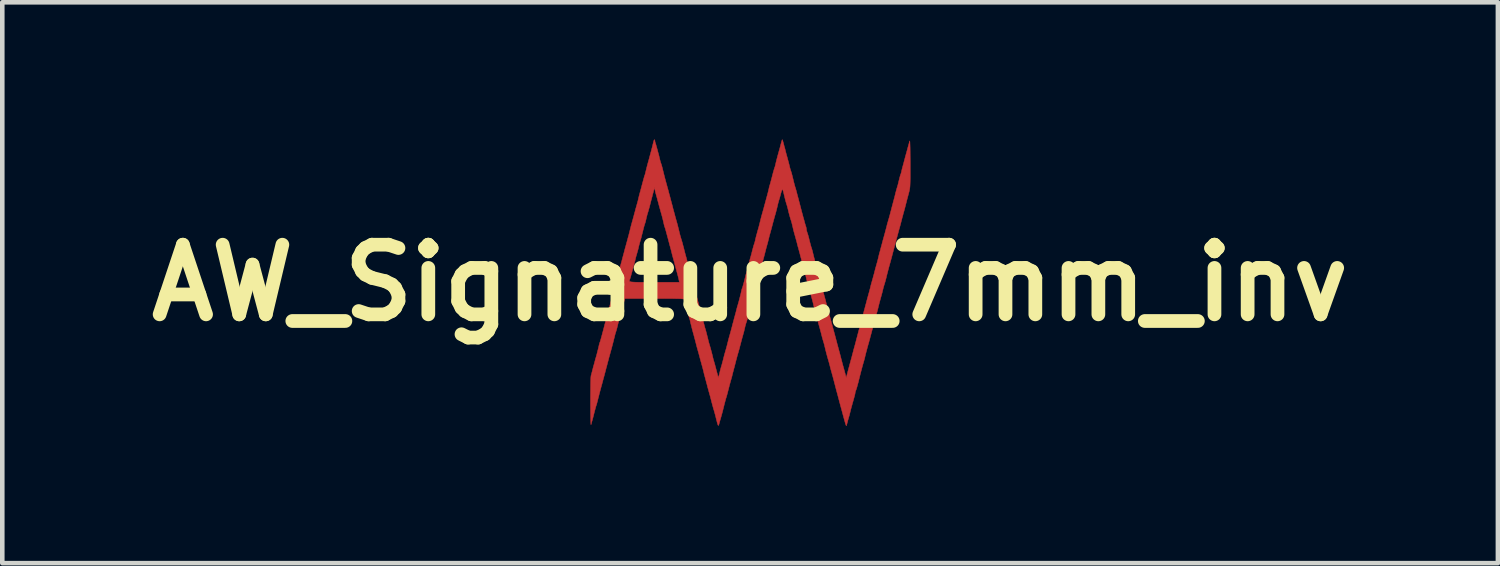
<source format=kicad_pcb>
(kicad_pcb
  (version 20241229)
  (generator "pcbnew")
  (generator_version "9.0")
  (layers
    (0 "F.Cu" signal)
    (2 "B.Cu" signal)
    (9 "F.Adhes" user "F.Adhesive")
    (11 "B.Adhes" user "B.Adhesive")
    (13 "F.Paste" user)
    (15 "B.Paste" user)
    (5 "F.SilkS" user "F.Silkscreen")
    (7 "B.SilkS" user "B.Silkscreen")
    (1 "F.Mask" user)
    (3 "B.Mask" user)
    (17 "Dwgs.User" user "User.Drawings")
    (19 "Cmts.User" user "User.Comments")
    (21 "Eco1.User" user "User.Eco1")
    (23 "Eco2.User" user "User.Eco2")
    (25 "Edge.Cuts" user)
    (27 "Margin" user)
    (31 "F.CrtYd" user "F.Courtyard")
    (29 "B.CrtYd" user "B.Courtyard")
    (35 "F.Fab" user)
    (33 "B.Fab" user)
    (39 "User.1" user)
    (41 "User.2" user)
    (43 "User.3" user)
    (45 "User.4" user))
  (footprint "AW_Signature_7mm_inv"
    (layer "F.Cu")
    (at 13.36 3.138)
    (property "Reference" "AW_Signature_7mm_inv" (at 0 0 0) (layer "F.SilkS") (effects (font (size 1.524 1.524) (thickness 0.3))))
    (attr through_hole)
    (fp_poly (pts (xy 0.709 -3.125) (xy 0.718 -3.098) (xy 0.724 -3.077) (xy 0.736 -3.032) (xy 0.747 -2.99) (xy 0.75 -2.978) (xy 0.76 -2.945) (xy 0.772 -2.898) (xy 0.78 -2.864) (xy 0.795 -2.807) (xy 0.812 -2.747) (xy 0.82 -2.718) (xy 0.834 -2.665) (xy 0.85 -2.605) (xy 0.86 -2.565) (xy 0.872 -2.514) (xy 0.886 -2.467) (xy 0.896 -2.438) (xy 0.906 -2.406) (xy 0.919 -2.357) (xy 0.933 -2.301) (xy 0.94 -2.273) (xy 0.954 -2.214) (xy 0.968 -2.159) (xy 0.98 -2.115) (xy 0.984 -2.102) (xy 0.999 -2.054) (xy 1.013 -2.005) (xy 1.014 -2) (xy 1.023 -1.965) (xy 1.036 -1.914) (xy 1.052 -1.856) (xy 1.059 -1.829) (xy 1.077 -1.761) (xy 1.096 -1.688) (xy 1.113 -1.622) (xy 1.117 -1.607) (xy 1.132 -1.549) (xy 1.148 -1.491) (xy 1.16 -1.445) (xy 1.161 -1.441) (xy 1.176 -1.39) (xy 1.19 -1.337) (xy 1.194 -1.321) (xy 1.206 -1.279) (xy 1.217 -1.243) (xy 1.221 -1.234) (xy 1.23 -1.198) (xy 1.232 -1.176) (xy 1.237 -1.144) (xy 1.248 -1.106) (xy 1.249 -1.103) (xy 1.26 -1.072) (xy 1.274 -1.024) (xy 1.289 -0.967) (xy 1.295 -0.94) (xy 1.31 -0.882) (xy 1.324 -0.828) (xy 1.336 -0.787) (xy 1.34 -0.775) (xy 1.353 -0.735) (xy 1.367 -0.686) (xy 1.371 -0.667) (xy 1.395 -0.568) (xy 1.417 -0.484) (xy 1.428 -0.445) (xy 1.442 -0.396) (xy 1.456 -0.347) (xy 1.459 -0.337) (xy 1.469 -0.299) (xy 1.483 -0.247) (xy 1.498 -0.193) (xy 1.499 -0.191) (xy 1.514 -0.136) (xy 1.527 -0.085) (xy 1.536 -0.046) (xy 1.537 -0.044) (xy 1.548 0.004) (xy 1.561 0.053) (xy 1.562 0.057) (xy 1.575 0.103) (xy 1.587 0.148) (xy 1.588 0.152) (xy 1.596 0.184) (xy 1.609 0.232) (xy 1.625 0.289) (xy 1.633 0.318) (xy 1.649 0.377) (xy 1.663 0.433) (xy 1.674 0.478) (xy 1.677 0.493) (xy 1.686 0.53) (xy 1.695 0.557) (xy 1.697 0.562) (xy 1.706 0.583) (xy 1.715 0.616) (xy 1.716 0.621) (xy 1.72 0.64) (xy 1.725 0.662) (xy 1.732 0.691) (xy 1.742 0.729) (xy 1.756 0.78) (xy 1.774 0.847) (xy 1.797 0.931) (xy 1.826 1.038) (xy 1.829 1.048) (xy 1.848 1.117) (xy 1.865 1.182) (xy 1.879 1.235) (xy 1.889 1.273) (xy 1.892 1.283) (xy 1.9 1.315) (xy 1.913 1.363) (xy 1.928 1.419) (xy 1.936 1.448) (xy 1.954 1.514) (xy 1.973 1.585) (xy 1.989 1.648) (xy 1.993 1.664) (xy 2.009 1.724) (xy 2.025 1.787) (xy 2.039 1.835) (xy 2.062 1.918) (xy 2.079 1.982) (xy 2.093 2.033) (xy 2.094 2.038) (xy 2.104 2.076) (xy 2.118 2.019) (xy 2.127 1.987) (xy 2.14 1.936) (xy 2.157 1.872) (xy 2.176 1.802) (xy 2.184 1.772) (xy 2.203 1.702) (xy 2.221 1.638) (xy 2.235 1.584) (xy 2.245 1.547) (xy 2.247 1.537) (xy 2.256 1.505) (xy 2.268 1.457) (xy 2.284 1.4) (xy 2.292 1.372) (xy 2.31 1.305) (xy 2.328 1.234) (xy 2.345 1.172) (xy 2.349 1.156) (xy 2.364 1.097) (xy 2.38 1.037) (xy 2.393 0.991) (xy 2.407 0.942) (xy 2.42 0.896) (xy 2.425 0.876) (xy 2.434 0.842) (xy 2.447 0.793) (xy 2.461 0.74) (xy 2.462 0.737) (xy 2.475 0.687) (xy 2.492 0.621) (xy 2.512 0.548) (xy 2.531 0.474) (xy 2.533 0.47) (xy 2.551 0.4) (xy 2.569 0.333) (xy 2.585 0.275) (xy 2.597 0.233) (xy 2.598 0.229) (xy 2.613 0.174) (xy 2.629 0.114) (xy 2.636 0.083) (xy 2.65 0.028) (xy 2.666 -0.029) (xy 2.674 -0.057) (xy 2.686 -0.099) (xy 2.701 -0.155) (xy 2.718 -0.216) (xy 2.724 -0.241) (xy 2.74 -0.303) (xy 2.757 -0.365) (xy 2.772 -0.417) (xy 2.776 -0.432) (xy 2.79 -0.482) (xy 2.802 -0.531) (xy 2.807 -0.552) (xy 2.818 -0.599) (xy 2.829 -0.644) (xy 2.83 -0.648) (xy 2.839 -0.678) (xy 2.852 -0.726) (xy 2.867 -0.784) (xy 2.882 -0.838) (xy 2.899 -0.903) (xy 2.916 -0.966) (xy 2.931 -1.018) (xy 2.939 -1.048) (xy 2.951 -1.091) (xy 2.966 -1.148) (xy 2.982 -1.208) (xy 2.985 -1.219) (xy 2.999 -1.277) (xy 3.015 -1.333) (xy 3.027 -1.377) (xy 3.03 -1.384) (xy 3.04 -1.419) (xy 3.055 -1.472) (xy 3.071 -1.534) (xy 3.087 -1.594) (xy 3.103 -1.657) (xy 3.119 -1.716) (xy 3.131 -1.763) (xy 3.139 -1.791) (xy 3.15 -1.834) (xy 3.163 -1.881) (xy 3.164 -1.886) (xy 3.182 -1.96) (xy 3.198 -2.021) (xy 3.215 -2.08) (xy 3.22 -2.095) (xy 3.234 -2.144) (xy 3.249 -2.205) (xy 3.263 -2.262) (xy 3.275 -2.31) (xy 3.286 -2.348) (xy 3.293 -2.371) (xy 3.294 -2.372) (xy 3.302 -2.393) (xy 3.311 -2.427) (xy 3.314 -2.441) (xy 3.325 -2.49) (xy 3.338 -2.539) (xy 3.34 -2.546) (xy 3.353 -2.592) (xy 3.365 -2.637) (xy 3.366 -2.642) (xy 3.373 -2.668) (xy 3.385 -2.714) (xy 3.401 -2.775) (xy 3.421 -2.846) (xy 3.442 -2.923) (xy 3.463 -3.001) (xy 3.484 -3.076) (xy 3.492 -3.105) (xy 3.494 -3.102) (xy 3.497 -3.075) (xy 3.499 -3.027) (xy 3.501 -2.959) (xy 3.502 -2.874) (xy 3.503 -2.773) (xy 3.504 -2.658) (xy 3.504 -2.616) (xy 3.504 -2.487) (xy 3.504 -2.38) (xy 3.504 -2.293) (xy 3.503 -2.222) (xy 3.501 -2.164) (xy 3.499 -2.117) (xy 3.495 -2.076) (xy 3.489 -2.04) (xy 3.482 -2.005) (xy 3.472 -1.967) (xy 3.461 -1.925) (xy 3.452 -1.892) (xy 3.443 -1.858) (xy 3.43 -1.809) (xy 3.417 -1.756) (xy 3.416 -1.753) (xy 3.401 -1.695) (xy 3.383 -1.625) (xy 3.364 -1.556) (xy 3.358 -1.537) (xy 3.343 -1.479) (xy 3.328 -1.426) (xy 3.318 -1.385) (xy 3.314 -1.372) (xy 3.307 -1.344) (xy 3.295 -1.297) (xy 3.279 -1.237) (xy 3.26 -1.169) (xy 3.251 -1.137) (xy 3.229 -1.055) (xy 3.205 -0.967) (xy 3.182 -0.882) (xy 3.163 -0.811) (xy 3.161 -0.8) (xy 3.137 -0.711) (xy 3.118 -0.64) (xy 3.103 -0.582) (xy 3.089 -0.53) (xy 3.075 -0.478) (xy 3.059 -0.421) (xy 3.055 -0.406) (xy 3.039 -0.349) (xy 3.025 -0.296) (xy 3.014 -0.255) (xy 3.011 -0.241) (xy 3.001 -0.205) (xy 2.989 -0.156) (xy 2.979 -0.114) (xy 2.965 -0.06) (xy 2.95 -0.007) (xy 2.94 0.025) (xy 2.926 0.071) (xy 2.911 0.126) (xy 2.903 0.159) (xy 2.889 0.217) (xy 2.872 0.28) (xy 2.863 0.311) (xy 2.844 0.381) (xy 2.83 0.432) (xy 2.82 0.471) (xy 2.811 0.505) (xy 2.806 0.527) (xy 2.795 0.573) (xy 2.783 0.618) (xy 2.782 0.622) (xy 2.759 0.705) (xy 2.735 0.796) (xy 2.709 0.889) (xy 2.684 0.981) (xy 2.661 1.067) (xy 2.641 1.142) (xy 2.625 1.201) (xy 2.616 1.238) (xy 2.606 1.272) (xy 2.594 1.318) (xy 2.585 1.346) (xy 2.565 1.419) (xy 2.545 1.494) (xy 2.527 1.562) (xy 2.515 1.613) (xy 2.506 1.651) (xy 2.493 1.7) (xy 2.485 1.727) (xy 2.466 1.792) (xy 2.443 1.877) (xy 2.417 1.975) (xy 2.39 2.082) (xy 2.368 2.172) (xy 2.352 2.231) (xy 2.337 2.286) (xy 2.323 2.329) (xy 2.317 2.347) (xy 2.304 2.381) (xy 2.299 2.407) (xy 2.299 2.409) (xy 2.297 2.424) (xy 2.291 2.452) (xy 2.28 2.494) (xy 2.264 2.553) (xy 2.241 2.633) (xy 2.23 2.673) (xy 2.215 2.727) (xy 2.2 2.784) (xy 2.196 2.8) (xy 2.185 2.846) (xy 2.174 2.888) (xy 2.171 2.902) (xy 2.16 2.937) (xy 2.147 2.983) (xy 2.141 3.004) (xy 2.129 3.049) (xy 2.118 3.091) (xy 2.114 3.105) (xy 2.109 3.123) (xy 2.104 3.126) (xy 2.097 3.111) (xy 2.085 3.075) (xy 2.081 3.061) (xy 2.069 3.018) (xy 2.052 2.958) (xy 2.033 2.888) (xy 2.013 2.813) (xy 2.006 2.788) (xy 1.983 2.703) (xy 1.958 2.61) (xy 1.934 2.519) (xy 1.913 2.44) (xy 1.911 2.432) (xy 1.891 2.36) (xy 1.872 2.287) (xy 1.855 2.221) (xy 1.842 2.172) (xy 1.827 2.113) (xy 1.811 2.053) (xy 1.798 2.007) (xy 1.783 1.952) (xy 1.766 1.892) (xy 1.758 1.861) (xy 1.744 1.804) (xy 1.731 1.755) (xy 1.716 1.703) (xy 1.697 1.638) (xy 1.678 1.569) (xy 1.656 1.484) (xy 1.634 1.393) (xy 1.626 1.359) (xy 1.614 1.316) (xy 1.602 1.276) (xy 1.593 1.246) (xy 1.58 1.2) (xy 1.566 1.146) (xy 1.562 1.13) (xy 1.548 1.075) (xy 1.534 1.024) (xy 1.524 0.986) (xy 1.522 0.979) (xy 1.509 0.934) (xy 1.493 0.874) (xy 1.475 0.808) (xy 1.46 0.744) (xy 1.448 0.692) (xy 1.447 0.688) (xy 1.438 0.651) (xy 1.43 0.625) (xy 1.427 0.62) (xy 1.417 0.595) (xy 1.405 0.55) (xy 1.39 0.49) (xy 1.384 0.464) (xy 1.373 0.417) (xy 1.361 0.372) (xy 1.36 0.368) (xy 1.352 0.339) (xy 1.339 0.292) (xy 1.323 0.233) (xy 1.306 0.167) (xy 1.303 0.156) (xy 1.286 0.093) (xy 1.271 0.039) (xy 1.26 -0.001) (xy 1.252 -0.022) (xy 1.252 -0.024) (xy 1.245 -0.043) (xy 1.236 -0.077) (xy 1.231 -0.098) (xy 1.213 -0.177) (xy 1.196 -0.246) (xy 1.176 -0.318) (xy 1.164 -0.356) (xy 1.149 -0.413) (xy 1.131 -0.48) (xy 1.113 -0.549) (xy 1.11 -0.559) (xy 1.093 -0.625) (xy 1.076 -0.687) (xy 1.063 -0.737) (xy 1.054 -0.77) (xy 1.052 -0.775) (xy 1.04 -0.82) (xy 1.029 -0.864) (xy 1.02 -0.901) (xy 1.006 -0.95) (xy 0.997 -0.984) (xy 0.977 -1.054) (xy 0.962 -1.108) (xy 0.949 -1.158) (xy 0.936 -1.214) (xy 0.926 -1.256) (xy 0.914 -1.306) (xy 0.903 -1.346) (xy 0.895 -1.371) (xy 0.894 -1.374) (xy 0.887 -1.392) (xy 0.877 -1.428) (xy 0.863 -1.477) (xy 0.848 -1.534) (xy 0.834 -1.592) (xy 0.826 -1.626) (xy 0.815 -1.669) (xy 0.803 -1.708) (xy 0.784 -1.77) (xy 0.763 -1.85) (xy 0.742 -1.937) (xy 0.729 -1.993) (xy 0.718 -2.028) (xy 0.708 -2.042) (xy 0.699 -2.034) (xy 0.687 -2.003) (xy 0.671 -1.949) (xy 0.659 -1.902) (xy 0.647 -1.858) (xy 0.634 -1.817) (xy 0.632 -1.81) (xy 0.62 -1.769) (xy 0.609 -1.727) (xy 0.594 -1.661) (xy 0.577 -1.593) (xy 0.561 -1.532) (xy 0.548 -1.486) (xy 0.544 -1.475) (xy 0.536 -1.445) (xy 0.523 -1.398) (xy 0.507 -1.34) (xy 0.494 -1.291) (xy 0.477 -1.226) (xy 0.46 -1.162) (xy 0.445 -1.107) (xy 0.437 -1.079) (xy 0.423 -1.03) (xy 0.411 -0.98) (xy 0.406 -0.959) (xy 0.395 -0.916) (xy 0.382 -0.865) (xy 0.374 -0.838) (xy 0.362 -0.794) (xy 0.346 -0.735) (xy 0.33 -0.672) (xy 0.324 -0.648) (xy 0.308 -0.587) (xy 0.292 -0.527) (xy 0.278 -0.478) (xy 0.274 -0.464) (xy 0.241 -0.344) (xy 0.215 -0.248) (xy 0.204 -0.206) (xy 0.187 -0.144) (xy 0.165 -0.062) (xy 0.153 -0.019) (xy 0.144 0.015) (xy 0.132 0.062) (xy 0.126 0.089) (xy 0.114 0.138) (xy 0.097 0.197) (xy 0.08 0.252) (xy 0.066 0.301) (xy 0.056 0.341) (xy 0.051 0.367) (xy 0.051 0.369) (xy 0.046 0.4) (xy 0.04 0.422) (xy 0.026 0.463) (xy 0.008 0.523) (xy -0.011 0.595) (xy -0.031 0.674) (xy -0.05 0.752) (xy -0.051 0.756) (xy -0.063 0.803) (xy -0.077 0.849) (xy -0.082 0.864) (xy -0.095 0.902) (xy -0.108 0.952) (xy -0.114 0.978) (xy -0.125 1.025) (xy -0.135 1.068) (xy -0.14 1.086) (xy -0.168 1.186) (xy -0.195 1.286) (xy -0.219 1.376) (xy -0.229 1.416) (xy -0.238 1.45) (xy -0.251 1.496) (xy -0.259 1.524) (xy -0.272 1.568) (xy -0.288 1.626) (xy -0.305 1.69) (xy -0.313 1.721) (xy -0.329 1.784) (xy -0.345 1.846) (xy -0.359 1.898) (xy -0.364 1.918) (xy -0.377 1.966) (xy -0.389 2.012) (xy -0.393 2.032) (xy -0.403 2.07) (xy -0.417 2.119) (xy -0.425 2.146) (xy -0.437 2.19) (xy -0.453 2.249) (xy -0.469 2.313) (xy -0.477 2.343) (xy -0.492 2.401) (xy -0.506 2.454) (xy -0.517 2.494) (xy -0.522 2.508) (xy -0.532 2.539) (xy -0.544 2.585) (xy -0.558 2.638) (xy -0.561 2.648) (xy -0.574 2.702) (xy -0.587 2.753) (xy -0.596 2.79) (xy -0.597 2.794) (xy -0.606 2.828) (xy -0.619 2.877) (xy -0.634 2.93) (xy -0.635 2.934) (xy -0.651 2.988) (xy -0.666 3.041) (xy -0.677 3.082) (xy -0.677 3.083) (xy -0.685 3.108) (xy -0.692 3.121) (xy -0.699 3.117) (xy -0.708 3.096) (xy -0.72 3.055) (xy -0.736 2.992) (xy -0.743 2.965) (xy -0.758 2.903) (xy -0.774 2.845) (xy -0.787 2.798) (xy -0.794 2.775) (xy -0.805 2.738) (xy -0.819 2.687) (xy -0.834 2.63) (xy -0.838 2.616) (xy -0.853 2.557) (xy -0.868 2.499) (xy -0.881 2.452) (xy -0.883 2.445) (xy -0.894 2.406) (xy -0.909 2.351) (xy -0.927 2.287) (xy -0.94 2.235) (xy -0.957 2.173) (xy -0.972 2.115) (xy -0.984 2.07) (xy -0.991 2.045) (xy -1.003 2.001) (xy -1.014 1.954) (xy -1.015 1.949) (xy -1.025 1.908) (xy -1.038 1.857) (xy -1.048 1.822) (xy -1.062 1.772) (xy -1.074 1.728) (xy -1.087 1.682) (xy -1.102 1.624) (xy -1.11 1.594) (xy -1.125 1.539) (xy -1.141 1.483) (xy -1.149 1.454) (xy -1.163 1.404) (xy -1.178 1.346) (xy -1.186 1.314) (xy -1.201 1.256) (xy -1.218 1.193) (xy -1.226 1.162) (xy -1.25 1.075) (xy -1.272 0.992) (xy -1.29 0.919) (xy -1.304 0.863) (xy -1.308 0.844) (xy -1.318 0.802) (xy -1.329 0.766) (xy -1.331 0.761) (xy -1.338 0.742) (xy -1.346 0.718) (xy -1.356 0.683) (xy -1.369 0.633) (xy -1.385 0.568) (xy -1.397 0.524) (xy -1.412 0.471) (xy -1.419 0.445) (xy -1.431 0.403) (xy -1.439 0.371) (xy -1.443 0.359) (xy -1.449 0.355) (xy -1.466 0.352) (xy -1.497 0.349) (xy -1.542 0.347) (xy -1.603 0.346) (xy -1.683 0.344) (xy -1.782 0.344) (xy -1.903 0.343) (xy -2.047 0.343) (xy -2.093 0.343) (xy -2.74 0.343) (xy -2.768 0.448) (xy -2.783 0.504) (xy -2.797 0.557) (xy -2.808 0.597) (xy -2.809 0.603) (xy -2.83 0.681) (xy -2.857 0.779) (xy -2.869 0.819) (xy -2.88 0.861) (xy -2.893 0.913) (xy -2.901 0.946) (xy -2.913 0.994) (xy -2.925 1.038) (xy -2.932 1.06) (xy -2.943 1.093) (xy -2.956 1.139) (xy -2.966 1.181) (xy -2.979 1.232) (xy -2.991 1.28) (xy -2.998 1.308) (xy -3.006 1.34) (xy -3.019 1.388) (xy -3.034 1.445) (xy -3.042 1.473) (xy -3.058 1.531) (xy -3.072 1.582) (xy -3.086 1.632) (xy -3.1 1.687) (xy -3.118 1.752) (xy -3.139 1.834) (xy -3.15 1.873) (xy -3.173 1.963) (xy -3.192 2.034) (xy -3.208 2.092) (xy -3.222 2.144) (xy -3.235 2.194) (xy -3.25 2.248) (xy -3.257 2.273) (xy -3.273 2.331) (xy -3.287 2.384) (xy -3.298 2.425) (xy -3.301 2.438) (xy -3.31 2.475) (xy -3.323 2.524) (xy -3.333 2.565) (xy -3.346 2.615) (xy -3.358 2.66) (xy -3.367 2.686) (xy -3.377 2.717) (xy -3.389 2.764) (xy -3.403 2.815) (xy -3.404 2.819) (xy -3.419 2.879) (xy -3.435 2.942) (xy -3.448 2.991) (xy -3.462 3.039) (xy -3.474 3.082) (xy -3.48 3.105) (xy -3.482 3.101) (xy -3.484 3.074) (xy -3.486 3.026) (xy -3.488 2.96) (xy -3.489 2.879) (xy -3.49 2.783) (xy -3.491 2.677) (xy -3.491 2.61) (xy -3.491 2.493) (xy -3.49 2.383) (xy -3.489 2.283) (xy -3.488 2.196) (xy -3.486 2.124) (xy -3.484 2.071) (xy -3.481 2.039) (xy -3.48 2.032) (xy -3.472 2.002) (xy -3.459 1.954) (xy -3.444 1.896) (xy -3.43 1.841) (xy -3.412 1.777) (xy -3.395 1.714) (xy -3.381 1.661) (xy -3.372 1.632) (xy -3.354 1.568) (xy -3.335 1.493) (xy -3.316 1.417) (xy -3.303 1.358) (xy -3.294 1.324) (xy -3.286 1.3) (xy -3.285 1.299) (xy -3.279 1.282) (xy -3.268 1.246) (xy -3.254 1.194) (xy -3.237 1.132) (xy -3.231 1.109) (xy -3.213 1.042) (xy -3.197 0.98) (xy -3.184 0.929) (xy -3.175 0.894) (xy -3.173 0.889) (xy -3.161 0.845) (xy -3.149 0.798) (xy -3.148 0.794) (xy -3.13 0.72) (xy -3.114 0.659) (xy -3.096 0.599) (xy -3.092 0.584) (xy -3.078 0.535) (xy -3.062 0.475) (xy -3.047 0.419) (xy -3.033 0.362) (xy -3.014 0.292) (xy -2.995 0.223) (xy -2.99 0.203) (xy -2.974 0.146) (xy -2.96 0.092) (xy -2.949 0.051) (xy -2.946 0.038) (xy -2.936 -0.00018) (xy -2.925 -0.039) (xy -2.641 -0.039) (xy -2.635 -0.031) (xy -2.621 -0.025) (xy -2.596 -0.02) (xy -2.559 -0.017) (xy -2.507 -0.014) (xy -2.438 -0.013) (xy -2.35 -0.013) (xy -2.242 -0.013) (xy -2.11 -0.013) (xy -1.547 -0.013) (xy -1.554 -0.048) (xy -1.559 -0.075) (xy -1.567 -0.109) (xy -1.578 -0.152) (xy -1.593 -0.209) (xy -1.613 -0.282) (xy -1.638 -0.375) (xy -1.661 -0.46) (xy -1.679 -0.527) (xy -1.694 -0.581) (xy -1.706 -0.627) (xy -1.717 -0.671) (xy -1.726 -0.708) (xy -1.738 -0.754) (xy -1.75 -0.799) (xy -1.751 -0.8) (xy -1.759 -0.829) (xy -1.771 -0.876) (xy -1.787 -0.935) (xy -1.804 -1.002) (xy -1.81 -1.022) (xy -1.827 -1.086) (xy -1.842 -1.141) (xy -1.854 -1.184) (xy -1.862 -1.208) (xy -1.863 -1.211) (xy -1.871 -1.231) (xy -1.879 -1.264) (xy -1.881 -1.269) (xy -1.895 -1.333) (xy -1.913 -1.409) (xy -1.933 -1.484) (xy -1.95 -1.543) (xy -1.961 -1.584) (xy -1.977 -1.639) (xy -1.994 -1.702) (xy -2.002 -1.734) (xy -2.019 -1.795) (xy -2.035 -1.856) (xy -2.049 -1.905) (xy -2.054 -1.924) (xy -2.068 -1.973) (xy -2.079 -2.022) (xy -2.082 -2.038) (xy -2.091 -2.089) (xy -2.105 -2.032) (xy -2.117 -1.985) (xy -2.132 -1.93) (xy -2.138 -1.905) (xy -2.152 -1.853) (xy -2.168 -1.792) (xy -2.178 -1.753) (xy -2.201 -1.662) (xy -2.228 -1.566) (xy -2.249 -1.499) (xy -2.257 -1.468) (xy -2.268 -1.425) (xy -2.274 -1.397) (xy -2.284 -1.352) (xy -2.295 -1.313) (xy -2.301 -1.296) (xy -2.308 -1.274) (xy -2.319 -1.238) (xy -2.333 -1.185) (xy -2.351 -1.113) (xy -2.375 -1.019) (xy -2.375 -1.016) (xy -2.385 -0.978) (xy -2.399 -0.929) (xy -2.407 -0.902) (xy -2.421 -0.852) (xy -2.434 -0.803) (xy -2.439 -0.781) (xy -2.448 -0.741) (xy -2.462 -0.69) (xy -2.474 -0.648) (xy -2.488 -0.6) (xy -2.5 -0.558) (xy -2.506 -0.533) (xy -2.514 -0.497) (xy -2.527 -0.444) (xy -2.544 -0.382) (xy -2.562 -0.318) (xy -2.571 -0.286) (xy -2.585 -0.234) (xy -2.6 -0.181) (xy -2.604 -0.165) (xy -2.616 -0.123) (xy -2.627 -0.087) (xy -2.63 -0.079) (xy -2.637 -0.063) (xy -2.641 -0.05) (xy -2.641 -0.039) (xy -2.925 -0.039) (xy -2.923 -0.049) (xy -2.915 -0.076) (xy -2.901 -0.126) (xy -2.888 -0.175) (xy -2.884 -0.197) (xy -2.873 -0.239) (xy -2.86 -0.291) (xy -2.852 -0.318) (xy -2.84 -0.359) (xy -2.824 -0.416) (xy -2.806 -0.482) (xy -2.793 -0.533) (xy -2.769 -0.622) (xy -2.75 -0.691) (xy -2.736 -0.747) (xy -2.723 -0.793) (xy -2.711 -0.837) (xy -2.699 -0.881) (xy -2.686 -0.927) (xy -2.671 -0.985) (xy -2.656 -1.038) (xy -2.646 -1.079) (xy -2.642 -1.092) (xy -2.633 -1.129) (xy -2.621 -1.178) (xy -2.611 -1.219) (xy -2.596 -1.275) (xy -2.581 -1.331) (xy -2.571 -1.365) (xy -2.557 -1.416) (xy -2.541 -1.474) (xy -2.534 -1.502) (xy -2.518 -1.559) (xy -2.502 -1.621) (xy -2.494 -1.648) (xy -2.475 -1.716) (xy -2.461 -1.766) (xy -2.451 -1.804) (xy -2.444 -1.836) (xy -2.438 -1.861) (xy -2.427 -1.907) (xy -2.415 -1.952) (xy -2.414 -1.956) (xy -2.406 -1.985) (xy -2.393 -2.032) (xy -2.377 -2.091) (xy -2.36 -2.157) (xy -2.357 -2.168) (xy -2.34 -2.231) (xy -2.325 -2.285) (xy -2.314 -2.325) (xy -2.307 -2.347) (xy -2.306 -2.349) (xy -2.299 -2.368) (xy -2.29 -2.401) (xy -2.287 -2.415) (xy -2.278 -2.452) (xy -2.265 -2.505) (xy -2.25 -2.564) (xy -2.243 -2.591) (xy -2.212 -2.702) (xy -2.185 -2.804) (xy -2.16 -2.896) (xy -2.14 -2.973) (xy -2.125 -3.034) (xy -2.115 -3.075) (xy -2.112 -3.089) (xy -2.103 -3.118) (xy -2.093 -3.132) (xy -2.085 -3.128) (xy -2.083 -3.113) (xy -2.078 -3.08) (xy -2.071 -3.058) (xy -2.062 -3.031) (xy -2.05 -2.989) (xy -2.038 -2.946) (xy -2.025 -2.899) (xy -2.014 -2.856) (xy -2.007 -2.832) (xy -1.999 -2.802) (xy -1.988 -2.758) (xy -1.982 -2.731) (xy -1.97 -2.682) (xy -1.957 -2.635) (xy -1.95 -2.616) (xy -1.938 -2.581) (xy -1.924 -2.531) (xy -1.912 -2.483) (xy -1.895 -2.413) (xy -1.881 -2.358) (xy -1.868 -2.306) (xy -1.853 -2.25) (xy -1.835 -2.184) (xy -1.819 -2.126) (xy -1.805 -2.075) (xy -1.791 -2.025) (xy -1.777 -1.971) (xy -1.759 -1.906) (xy -1.738 -1.824) (xy -1.727 -1.784) (xy -1.703 -1.695) (xy -1.685 -1.623) (xy -1.669 -1.565) (xy -1.655 -1.514) (xy -1.642 -1.464) (xy -1.627 -1.41) (xy -1.62 -1.384) (xy -1.6 -1.314) (xy -1.585 -1.258) (xy -1.572 -1.206) (xy -1.558 -1.15) (xy -1.543 -1.086) (xy -1.529 -1.034) (xy -1.515 -0.985) (xy -1.505 -0.953) (xy -1.495 -0.921) (xy -1.481 -0.873) (xy -1.466 -0.815) (xy -1.455 -0.775) (xy -1.439 -0.711) (xy -1.423 -0.648) (xy -1.409 -0.594) (xy -1.402 -0.572) (xy -1.39 -0.527) (xy -1.38 -0.487) (xy -1.376 -0.47) (xy -1.369 -0.443) (xy -1.358 -0.4) (xy -1.343 -0.349) (xy -1.34 -0.337) (xy -1.322 -0.274) (xy -1.302 -0.2) (xy -1.285 -0.131) (xy -1.282 -0.121) (xy -1.268 -0.062) (xy -1.253 -0.005) (xy -1.241 0.04) (xy -1.237 0.051) (xy -1.222 0.106) (xy -1.204 0.172) (xy -1.182 0.256) (xy -1.181 0.26) (xy -1.171 0.294) (xy -1.158 0.34) (xy -1.15 0.368) (xy -1.139 0.41) (xy -1.123 0.467) (xy -1.106 0.533) (xy -1.093 0.584) (xy -1.076 0.646) (xy -1.061 0.704) (xy -1.049 0.75) (xy -1.041 0.775) (xy -1.029 0.818) (xy -1.018 0.866) (xy -1.017 0.87) (xy -1.006 0.912) (xy -0.993 0.964) (xy -0.985 0.991) (xy -0.975 1.024) (xy -0.966 1.054) (xy -0.958 1.087) (xy -0.947 1.128) (xy -0.933 1.184) (xy -0.921 1.232) (xy -0.908 1.286) (xy -0.893 1.339) (xy -0.883 1.372) (xy -0.867 1.426) (xy -0.848 1.497) (xy -0.827 1.577) (xy -0.813 1.638) (xy -0.802 1.681) (xy -0.79 1.721) (xy -0.779 1.759) (xy -0.766 1.804) (xy -0.765 1.81) (xy -0.752 1.858) (xy -0.739 1.908) (xy -0.738 1.911) (xy -0.726 1.958) (xy -0.712 2.009) (xy -0.71 2.019) (xy -0.695 2.076) (xy -0.684 2.038) (xy -0.673 2) (xy -0.662 1.955) (xy -0.661 1.949) (xy -0.651 1.907) (xy -0.637 1.856) (xy -0.629 1.829) (xy -0.615 1.781) (xy -0.603 1.735) (xy -0.597 1.714) (xy -0.579 1.642) (xy -0.558 1.562) (xy -0.537 1.488) (xy -0.527 1.454) (xy -0.513 1.404) (xy -0.498 1.346) (xy -0.49 1.314) (xy -0.476 1.256) (xy -0.459 1.193) (xy -0.45 1.162) (xy -0.433 1.101) (xy -0.42 1.053) (xy -0.408 1.009) (xy -0.395 0.96) (xy -0.379 0.897) (xy -0.375 0.883) (xy -0.359 0.824) (xy -0.345 0.769) (xy -0.333 0.727) (xy -0.329 0.711) (xy -0.316 0.666) (xy -0.305 0.622) (xy -0.296 0.585) (xy -0.283 0.536) (xy -0.273 0.502) (xy -0.248 0.415) (xy -0.23 0.346) (xy -0.215 0.288) (xy -0.202 0.236) (xy -0.191 0.186) (xy -0.182 0.148) (xy -0.174 0.12) (xy -0.17 0.113) (xy -0.164 0.095) (xy -0.153 0.058) (xy -0.139 0.008) (xy -0.124 -0.05) (xy -0.109 -0.11) (xy -0.102 -0.14) (xy -0.091 -0.183) (xy -0.079 -0.222) (xy -0.059 -0.289) (xy -0.036 -0.378) (xy -0.025 -0.425) (xy -0.012 -0.477) (xy 0.002 -0.531) (xy 0.007 -0.546) (xy 0.021 -0.596) (xy 0.035 -0.647) (xy 0.037 -0.657) (xy 0.055 -0.728) (xy 0.069 -0.779) (xy 0.079 -0.815) (xy 0.087 -0.84) (xy 0.091 -0.85) (xy 0.101 -0.882) (xy 0.112 -0.924) (xy 0.115 -0.939) (xy 0.124 -0.978) (xy 0.137 -1.032) (xy 0.154 -1.091) (xy 0.159 -1.111) (xy 0.175 -1.168) (xy 0.19 -1.22) (xy 0.2 -1.26) (xy 0.203 -1.27) (xy 0.228 -1.372) (xy 0.248 -1.451) (xy 0.265 -1.512) (xy 0.272 -1.537) (xy 0.286 -1.585) (xy 0.3 -1.634) (xy 0.302 -1.645) (xy 0.331 -1.751) (xy 0.354 -1.836) (xy 0.372 -1.902) (xy 0.378 -1.924) (xy 0.391 -1.973) (xy 0.403 -2.022) (xy 0.407 -2.038) (xy 0.417 -2.085) (xy 0.429 -2.13) (xy 0.43 -2.134) (xy 0.439 -2.162) (xy 0.452 -2.21) (xy 0.468 -2.269) (xy 0.485 -2.335) (xy 0.488 -2.346) (xy 0.504 -2.409) (xy 0.519 -2.462) (xy 0.531 -2.503) (xy 0.538 -2.524) (xy 0.539 -2.526) (xy 0.546 -2.545) (xy 0.554 -2.579) (xy 0.559 -2.599) (xy 0.568 -2.64) (xy 0.582 -2.695) (xy 0.598 -2.755) (xy 0.603 -2.775) (xy 0.622 -2.843) (xy 0.644 -2.922) (xy 0.664 -2.995) (xy 0.667 -3.009) (xy 0.681 -3.061) (xy 0.693 -3.102) (xy 0.701 -3.128) (xy 0.703 -3.133) (xy 0.709 -3.125)) (stroke (width 0.01) (type solid)) (fill yes) (layer "F.Cu"))
    (fp_poly (pts (xy 0.708 -3.124) (xy 0.717 -3.098) (xy 0.723 -3.076) (xy 0.735 -3.031) (xy 0.747 -2.989) (xy 0.75 -2.977) (xy 0.759 -2.944) (xy 0.771 -2.898) (xy 0.78 -2.863) (xy 0.795 -2.806) (xy 0.811 -2.746) (xy 0.82 -2.717) (xy 0.834 -2.665) (xy 0.85 -2.604) (xy 0.859 -2.564) (xy 0.872 -2.514) (xy 0.886 -2.466) (xy 0.896 -2.437) (xy 0.906 -2.405) (xy 0.919 -2.357) (xy 0.933 -2.3) (xy 0.94 -2.272) (xy 0.953 -2.213) (xy 0.968 -2.158) (xy 0.98 -2.114) (xy 0.984 -2.101) (xy 0.999 -2.053) (xy 1.012 -2.004) (xy 1.014 -1.999) (xy 1.023 -1.964) (xy 1.036 -1.913) (xy 1.052 -1.855) (xy 1.059 -1.828) (xy 1.077 -1.76) (xy 1.096 -1.687) (xy 1.113 -1.621) (xy 1.117 -1.606) (xy 1.132 -1.548) (xy 1.147 -1.49) (xy 1.16 -1.444) (xy 1.161 -1.441) (xy 1.176 -1.389) (xy 1.19 -1.336) (xy 1.194 -1.32) (xy 1.206 -1.278) (xy 1.217 -1.242) (xy 1.22 -1.234) (xy 1.23 -1.197) (xy 1.232 -1.175) (xy 1.237 -1.143) (xy 1.248 -1.105) (xy 1.249 -1.102) (xy 1.26 -1.071) (xy 1.274 -1.023) (xy 1.288 -0.967) (xy 1.295 -0.939) (xy 1.309 -0.881) (xy 1.324 -0.827) (xy 1.336 -0.786) (xy 1.34 -0.774) (xy 1.353 -0.734) (xy 1.367 -0.685) (xy 1.371 -0.666) (xy 1.395 -0.567) (xy 1.417 -0.483) (xy 1.428 -0.444) (xy 1.442 -0.395) (xy 1.456 -0.346) (xy 1.458 -0.336) (xy 1.469 -0.298) (xy 1.483 -0.246) (xy 1.498 -0.192) (xy 1.499 -0.19) (xy 1.514 -0.136) (xy 1.527 -0.084) (xy 1.536 -0.045) (xy 1.536 -0.044) (xy 1.548 0.005) (xy 1.561 0.054) (xy 1.562 0.058) (xy 1.575 0.104) (xy 1.586 0.149) (xy 1.588 0.153) (xy 1.596 0.185) (xy 1.609 0.233) (xy 1.625 0.29) (xy 1.632 0.318) (xy 1.648 0.378) (xy 1.663 0.434) (xy 1.674 0.479) (xy 1.677 0.494) (xy 1.686 0.531) (xy 1.695 0.558) (xy 1.697 0.563) (xy 1.705 0.584) (xy 1.714 0.617) (xy 1.715 0.622) (xy 1.719 0.641) (xy 1.725 0.663) (xy 1.732 0.692) (xy 1.742 0.73) (xy 1.756 0.781) (xy 1.774 0.848) (xy 1.797 0.932) (xy 1.826 1.039) (xy 1.829 1.049) (xy 1.848 1.118) (xy 1.865 1.183) (xy 1.879 1.236) (xy 1.889 1.273) (xy 1.892 1.284) (xy 1.9 1.315) (xy 1.913 1.364) (xy 1.928 1.42) (xy 1.936 1.449) (xy 1.954 1.515) (xy 1.973 1.586) (xy 1.989 1.649) (xy 1.993 1.665) (xy 2.008 1.725) (xy 2.025 1.788) (xy 2.038 1.836) (xy 2.062 1.919) (xy 2.079 1.983) (xy 2.093 2.034) (xy 2.094 2.039) (xy 2.104 2.077) (xy 2.118 2.02) (xy 2.126 1.988) (xy 2.14 1.937) (xy 2.157 1.873) (xy 2.176 1.803) (xy 2.184 1.773) (xy 2.203 1.703) (xy 2.22 1.639) (xy 2.235 1.585) (xy 2.245 1.548) (xy 2.247 1.538) (xy 2.255 1.506) (xy 2.268 1.458) (xy 2.284 1.401) (xy 2.291 1.373) (xy 2.309 1.306) (xy 2.328 1.235) (xy 2.345 1.173) (xy 2.349 1.157) (xy 2.364 1.098) (xy 2.38 1.038) (xy 2.393 0.992) (xy 2.407 0.943) (xy 2.42 0.897) (xy 2.425 0.877) (xy 2.434 0.843) (xy 2.447 0.794) (xy 2.461 0.741) (xy 2.462 0.738) (xy 2.475 0.688) (xy 2.492 0.622) (xy 2.512 0.549) (xy 2.531 0.475) (xy 2.532 0.471) (xy 2.551 0.401) (xy 2.569 0.334) (xy 2.585 0.275) (xy 2.597 0.234) (xy 2.598 0.23) (xy 2.613 0.175) (xy 2.629 0.114) (xy 2.636 0.083) (xy 2.65 0.029) (xy 2.666 -0.028) (xy 2.674 -0.056) (xy 2.686 -0.098) (xy 2.701 -0.154) (xy 2.717 -0.215) (xy 2.724 -0.24) (xy 2.74 -0.302) (xy 2.757 -0.364) (xy 2.771 -0.416) (xy 2.776 -0.431) (xy 2.79 -0.481) (xy 2.802 -0.53) (xy 2.807 -0.552) (xy 2.817 -0.598) (xy 2.829 -0.643) (xy 2.83 -0.647) (xy 2.838 -0.677) (xy 2.851 -0.725) (xy 2.867 -0.783) (xy 2.882 -0.837) (xy 2.899 -0.902) (xy 2.916 -0.965) (xy 2.931 -1.017) (xy 2.939 -1.047) (xy 2.951 -1.09) (xy 2.966 -1.147) (xy 2.982 -1.207) (xy 2.984 -1.218) (xy 2.999 -1.276) (xy 3.014 -1.332) (xy 3.027 -1.376) (xy 3.029 -1.383) (xy 3.04 -1.419) (xy 3.055 -1.471) (xy 3.071 -1.534) (xy 3.087 -1.593) (xy 3.103 -1.656) (xy 3.118 -1.715) (xy 3.131 -1.762) (xy 3.138 -1.79) (xy 3.15 -1.833) (xy 3.162 -1.88) (xy 3.164 -1.885) (xy 3.182 -1.959) (xy 3.198 -2.02) (xy 3.215 -2.08) (xy 3.22 -2.095) (xy 3.233 -2.143) (xy 3.249 -2.204) (xy 3.263 -2.261) (xy 3.275 -2.309) (xy 3.285 -2.348) (xy 3.293 -2.37) (xy 3.294 -2.372) (xy 3.302 -2.392) (xy 3.311 -2.426) (xy 3.314 -2.44) (xy 3.325 -2.489) (xy 3.338 -2.538) (xy 3.34 -2.545) (xy 3.353 -2.591) (xy 3.364 -2.636) (xy 3.366 -2.641) (xy 3.372 -2.667) (xy 3.385 -2.713) (xy 3.401 -2.774) (xy 3.421 -2.845) (xy 3.442 -2.922) (xy 3.463 -3.001) (xy 3.484 -3.075) (xy 3.492 -3.104) (xy 3.494 -3.101) (xy 3.497 -3.074) (xy 3.499 -3.026) (xy 3.5 -2.958) (xy 3.502 -2.873) (xy 3.503 -2.772) (xy 3.504 -2.657) (xy 3.504 -2.615) (xy 3.504 -2.486) (xy 3.504 -2.379) (xy 3.504 -2.292) (xy 3.503 -2.221) (xy 3.501 -2.163) (xy 3.498 -2.116) (xy 3.494 -2.075) (xy 3.489 -2.039) (xy 3.482 -2.004) (xy 3.472 -1.966) (xy 3.461 -1.924) (xy 3.452 -1.891) (xy 3.443 -1.857) (xy 3.43 -1.808) (xy 3.417 -1.755) (xy 3.416 -1.752) (xy 3.401 -1.694) (xy 3.382 -1.625) (xy 3.364 -1.555) (xy 3.358 -1.536) (xy 3.342 -1.478) (xy 3.328 -1.425) (xy 3.317 -1.384) (xy 3.314 -1.371) (xy 3.307 -1.343) (xy 3.294 -1.296) (xy 3.278 -1.236) (xy 3.26 -1.168) (xy 3.251 -1.136) (xy 3.229 -1.054) (xy 3.205 -0.966) (xy 3.182 -0.881) (xy 3.163 -0.81) (xy 3.16 -0.799) (xy 3.137 -0.71) (xy 3.118 -0.639) (xy 3.102 -0.581) (xy 3.088 -0.529) (xy 3.074 -0.477) (xy 3.059 -0.42) (xy 3.055 -0.405) (xy 3.039 -0.348) (xy 3.025 -0.295) (xy 3.014 -0.254) (xy 3.01 -0.24) (xy 3.001 -0.204) (xy 2.989 -0.155) (xy 2.979 -0.113) (xy 2.965 -0.06) (xy 2.95 -0.006) (xy 2.94 0.026) (xy 2.926 0.072) (xy 2.911 0.127) (xy 2.903 0.16) (xy 2.888 0.218) (xy 2.872 0.281) (xy 2.863 0.312) (xy 2.844 0.382) (xy 2.83 0.433) (xy 2.819 0.472) (xy 2.811 0.506) (xy 2.806 0.528) (xy 2.795 0.574) (xy 2.783 0.619) (xy 2.782 0.623) (xy 2.759 0.706) (xy 2.735 0.796) (xy 2.709 0.89) (xy 2.684 0.982) (xy 2.661 1.068) (xy 2.641 1.143) (xy 2.625 1.202) (xy 2.615 1.239) (xy 2.606 1.273) (xy 2.593 1.319) (xy 2.585 1.347) (xy 2.565 1.42) (xy 2.544 1.495) (xy 2.527 1.563) (xy 2.515 1.614) (xy 2.506 1.652) (xy 2.492 1.701) (xy 2.484 1.728) (xy 2.466 1.793) (xy 2.443 1.877) (xy 2.417 1.976) (xy 2.39 2.083) (xy 2.367 2.173) (xy 2.352 2.232) (xy 2.337 2.287) (xy 2.323 2.33) (xy 2.317 2.348) (xy 2.304 2.382) (xy 2.299 2.408) (xy 2.299 2.41) (xy 2.297 2.425) (xy 2.291 2.452) (xy 2.28 2.495) (xy 2.264 2.554) (xy 2.241 2.634) (xy 2.229 2.674) (xy 2.215 2.728) (xy 2.2 2.785) (xy 2.196 2.801) (xy 2.185 2.847) (xy 2.174 2.889) (xy 2.17 2.903) (xy 2.16 2.938) (xy 2.147 2.984) (xy 2.141 3.004) (xy 2.129 3.05) (xy 2.118 3.092) (xy 2.114 3.106) (xy 2.109 3.124) (xy 2.104 3.127) (xy 2.096 3.112) (xy 2.085 3.076) (xy 2.081 3.062) (xy 2.069 3.019) (xy 2.052 2.959) (xy 2.033 2.889) (xy 2.013 2.814) (xy 2.006 2.789) (xy 1.983 2.704) (xy 1.958 2.611) (xy 1.934 2.519) (xy 1.912 2.441) (xy 1.91 2.433) (xy 1.891 2.361) (xy 1.872 2.288) (xy 1.855 2.222) (xy 1.842 2.173) (xy 1.827 2.114) (xy 1.811 2.054) (xy 1.798 2.008) (xy 1.782 1.953) (xy 1.766 1.893) (xy 1.758 1.861) (xy 1.744 1.804) (xy 1.731 1.755) (xy 1.716 1.704) (xy 1.697 1.639) (xy 1.678 1.57) (xy 1.656 1.485) (xy 1.634 1.394) (xy 1.626 1.36) (xy 1.614 1.317) (xy 1.602 1.277) (xy 1.593 1.247) (xy 1.58 1.201) (xy 1.566 1.147) (xy 1.562 1.131) (xy 1.548 1.076) (xy 1.534 1.025) (xy 1.524 0.987) (xy 1.522 0.98) (xy 1.509 0.935) (xy 1.492 0.875) (xy 1.475 0.809) (xy 1.46 0.745) (xy 1.448 0.693) (xy 1.447 0.689) (xy 1.438 0.652) (xy 1.43 0.626) (xy 1.427 0.621) (xy 1.417 0.596) (xy 1.404 0.551) (xy 1.39 0.49) (xy 1.384 0.464) (xy 1.373 0.418) (xy 1.361 0.373) (xy 1.36 0.369) (xy 1.352 0.34) (xy 1.339 0.293) (xy 1.323 0.234) (xy 1.306 0.168) (xy 1.303 0.157) (xy 1.286 0.094) (xy 1.271 0.04) (xy 1.259 0.000236) (xy 1.252 -0.022) (xy 1.251 -0.024) (xy 1.245 -0.042) (xy 1.236 -0.076) (xy 1.231 -0.097) (xy 1.213 -0.176) (xy 1.196 -0.245) (xy 1.175 -0.317) (xy 1.164 -0.356) (xy 1.149 -0.412) (xy 1.131 -0.479) (xy 1.112 -0.548) (xy 1.11 -0.558) (xy 1.092 -0.625) (xy 1.076 -0.686) (xy 1.063 -0.736) (xy 1.054 -0.77) (xy 1.052 -0.774) (xy 1.04 -0.819) (xy 1.029 -0.863) (xy 1.019 -0.9) (xy 1.006 -0.949) (xy 0.997 -0.983) (xy 0.977 -1.053) (xy 0.962 -1.107) (xy 0.949 -1.157) (xy 0.936 -1.213) (xy 0.926 -1.255) (xy 0.914 -1.305) (xy 0.903 -1.345) (xy 0.895 -1.37) (xy 0.893 -1.374) (xy 0.887 -1.391) (xy 0.876 -1.427) (xy 0.863 -1.476) (xy 0.848 -1.533) (xy 0.834 -1.591) (xy 0.826 -1.625) (xy 0.815 -1.668) (xy 0.803 -1.707) (xy 0.784 -1.769) (xy 0.763 -1.849) (xy 0.742 -1.936) (xy 0.728 -1.992) (xy 0.718 -2.027) (xy 0.708 -2.041) (xy 0.698 -2.033) (xy 0.687 -2.002) (xy 0.671 -1.948) (xy 0.659 -1.901) (xy 0.647 -1.857) (xy 0.634 -1.816) (xy 0.632 -1.809) (xy 0.62 -1.768) (xy 0.609 -1.726) (xy 0.593 -1.66) (xy 0.577 -1.592) (xy 0.561 -1.531) (xy 0.548 -1.485) (xy 0.544 -1.474) (xy 0.535 -1.444) (xy 0.522 -1.397) (xy 0.507 -1.339) (xy 0.494 -1.29) (xy 0.477 -1.225) (xy 0.46 -1.161) (xy 0.445 -1.107) (xy 0.437 -1.079) (xy 0.423 -1.029) (xy 0.41 -0.979) (xy 0.405 -0.958) (xy 0.395 -0.915) (xy 0.382 -0.864) (xy 0.374 -0.837) (xy 0.362 -0.793) (xy 0.346 -0.734) (xy 0.329 -0.671) (xy 0.323 -0.647) (xy 0.308 -0.586) (xy 0.292 -0.526) (xy 0.278 -0.477) (xy 0.274 -0.463) (xy 0.241 -0.343) (xy 0.215 -0.247) (xy 0.204 -0.206) (xy 0.187 -0.143) (xy 0.164 -0.061) (xy 0.153 -0.018) (xy 0.143 0.016) (xy 0.132 0.063) (xy 0.126 0.09) (xy 0.113 0.139) (xy 0.097 0.198) (xy 0.08 0.253) (xy 0.066 0.301) (xy 0.055 0.342) (xy 0.051 0.368) (xy 0.051 0.37) (xy 0.046 0.401) (xy 0.04 0.423) (xy 0.026 0.464) (xy 0.008 0.524) (xy -0.011 0.596) (xy -0.032 0.674) (xy -0.05 0.753) (xy -0.051 0.757) (xy -0.064 0.804) (xy -0.077 0.85) (xy -0.082 0.865) (xy -0.095 0.903) (xy -0.108 0.953) (xy -0.114 0.979) (xy -0.125 1.026) (xy -0.135 1.069) (xy -0.14 1.087) (xy -0.168 1.187) (xy -0.195 1.287) (xy -0.219 1.377) (xy -0.229 1.417) (xy -0.239 1.451) (xy -0.251 1.497) (xy -0.26 1.525) (xy -0.272 1.569) (xy -0.288 1.627) (xy -0.305 1.691) (xy -0.313 1.722) (xy -0.329 1.785) (xy -0.345 1.847) (xy -0.359 1.899) (xy -0.364 1.919) (xy -0.377 1.967) (xy -0.389 2.013) (xy -0.394 2.033) (xy -0.403 2.071) (xy -0.417 2.12) (xy -0.425 2.147) (xy -0.437 2.191) (xy -0.453 2.25) (xy -0.469 2.314) (xy -0.477 2.344) (xy -0.492 2.402) (xy -0.506 2.455) (xy -0.517 2.495) (xy -0.522 2.509) (xy -0.532 2.54) (xy -0.545 2.586) (xy -0.558 2.639) (xy -0.561 2.649) (xy -0.574 2.703) (xy -0.587 2.754) (xy -0.596 2.791) (xy -0.597 2.795) (xy -0.606 2.829) (xy -0.619 2.878) (xy -0.634 2.931) (xy -0.636 2.935) (xy -0.651 2.989) (xy -0.666 3.042) (xy -0.677 3.083) (xy -0.677 3.084) (xy -0.685 3.109) (xy -0.692 3.122) (xy -0.699 3.118) (xy -0.708 3.097) (xy -0.72 3.056) (xy -0.736 2.993) (xy -0.743 2.966) (xy -0.758 2.904) (xy -0.774 2.846) (xy -0.787 2.799) (xy -0.794 2.776) (xy -0.805 2.739) (xy -0.819 2.688) (xy -0.834 2.631) (xy -0.838 2.617) (xy -0.853 2.558) (xy -0.869 2.5) (xy -0.882 2.453) (xy -0.884 2.446) (xy -0.895 2.407) (xy -0.91 2.352) (xy -0.927 2.288) (xy -0.941 2.236) (xy -0.957 2.174) (xy -0.972 2.116) (xy -0.985 2.071) (xy -0.991 2.046) (xy -1.003 2.002) (xy -1.014 1.955) (xy -1.015 1.95) (xy -1.025 1.909) (xy -1.039 1.858) (xy -1.048 1.823) (xy -1.062 1.773) (xy -1.075 1.729) (xy -1.087 1.682) (xy -1.102 1.625) (xy -1.11 1.595) (xy -1.125 1.54) (xy -1.141 1.484) (xy -1.149 1.455) (xy -1.163 1.405) (xy -1.179 1.347) (xy -1.187 1.315) (xy -1.201 1.257) (xy -1.218 1.194) (xy -1.226 1.163) (xy -1.25 1.076) (xy -1.272 0.993) (xy -1.291 0.92) (xy -1.304 0.864) (xy -1.308 0.845) (xy -1.319 0.803) (xy -1.33 0.767) (xy -1.332 0.762) (xy -1.338 0.743) (xy -1.346 0.719) (xy -1.356 0.684) (xy -1.369 0.634) (xy -1.386 0.569) (xy -1.397 0.525) (xy -1.412 0.471) (xy -1.419 0.445) (xy -1.431 0.404) (xy -1.44 0.372) (xy -1.443 0.36) (xy -1.449 0.356) (xy -1.467 0.353) (xy -1.497 0.35) (xy -1.542 0.348) (xy -1.603 0.347) (xy -1.683 0.345) (xy -1.782 0.345) (xy -1.903 0.344) (xy -2.047 0.344) (xy -2.094 0.344) (xy -2.74 0.344) (xy -2.768 0.449) (xy -2.783 0.504) (xy -2.797 0.558) (xy -2.808 0.598) (xy -2.809 0.604) (xy -2.83 0.682) (xy -2.858 0.78) (xy -2.869 0.82) (xy -2.88 0.862) (xy -2.893 0.914) (xy -2.901 0.947) (xy -2.913 0.995) (xy -2.926 1.039) (xy -2.933 1.061) (xy -2.943 1.094) (xy -2.956 1.14) (xy -2.967 1.182) (xy -2.979 1.233) (xy -2.991 1.28) (xy -2.998 1.309) (xy -3.006 1.341) (xy -3.019 1.389) (xy -3.034 1.446) (xy -3.042 1.474) (xy -3.058 1.532) (xy -3.072 1.583) (xy -3.086 1.633) (xy -3.1 1.688) (xy -3.118 1.753) (xy -3.139 1.834) (xy -3.15 1.874) (xy -3.174 1.964) (xy -3.192 2.035) (xy -3.208 2.093) (xy -3.222 2.145) (xy -3.235 2.194) (xy -3.25 2.249) (xy -3.257 2.274) (xy -3.273 2.332) (xy -3.287 2.385) (xy -3.298 2.426) (xy -3.302 2.439) (xy -3.311 2.476) (xy -3.323 2.525) (xy -3.333 2.566) (xy -3.346 2.616) (xy -3.359 2.661) (xy -3.367 2.687) (xy -3.377 2.718) (xy -3.39 2.765) (xy -3.403 2.816) (xy -3.404 2.82) (xy -3.419 2.88) (xy -3.435 2.943) (xy -3.449 2.992) (xy -3.462 3.04) (xy -3.474 3.083) (xy -3.48 3.106) (xy -3.482 3.102) (xy -3.484 3.075) (xy -3.486 3.027) (xy -3.488 2.961) (xy -3.489 2.88) (xy -3.49 2.784) (xy -3.491 2.678) (xy -3.491 2.611) (xy -3.491 2.494) (xy -3.49 2.384) (xy -3.489 2.284) (xy -3.488 2.197) (xy -3.486 2.125) (xy -3.484 2.072) (xy -3.481 2.039) (xy -3.48 2.033) (xy -3.472 2.003) (xy -3.46 1.955) (xy -3.444 1.897) (xy -3.43 1.842) (xy -3.413 1.778) (xy -3.396 1.715) (xy -3.381 1.662) (xy -3.372 1.633) (xy -3.355 1.569) (xy -3.335 1.493) (xy -3.316 1.418) (xy -3.303 1.359) (xy -3.295 1.325) (xy -3.286 1.301) (xy -3.285 1.3) (xy -3.279 1.283) (xy -3.268 1.246) (xy -3.254 1.195) (xy -3.237 1.133) (xy -3.231 1.11) (xy -3.214 1.043) (xy -3.197 0.981) (xy -3.184 0.929) (xy -3.175 0.895) (xy -3.173 0.89) (xy -3.162 0.846) (xy -3.15 0.799) (xy -3.148 0.795) (xy -3.13 0.721) (xy -3.114 0.66) (xy -3.097 0.6) (xy -3.092 0.585) (xy -3.078 0.536) (xy -3.062 0.476) (xy -3.047 0.42) (xy -3.033 0.362) (xy -3.014 0.293) (xy -2.996 0.224) (xy -2.99 0.204) (xy -2.975 0.147) (xy -2.96 0.093) (xy -2.949 0.052) (xy -2.946 0.039) (xy -2.936 0.001) (xy -2.925 -0.038) (xy -2.641 -0.038) (xy -2.635 -0.03) (xy -2.621 -0.024) (xy -2.596 -0.019) (xy -2.559 -0.016) (xy -2.507 -0.014) (xy -2.438 -0.012) (xy -2.351 -0.012) (xy -2.242 -0.012) (xy -2.11 -0.012) (xy -1.547 -0.012) (xy -1.554 -0.047) (xy -1.56 -0.075) (xy -1.568 -0.108) (xy -1.579 -0.151) (xy -1.593 -0.208) (xy -1.613 -0.281) (xy -1.638 -0.374) (xy -1.662 -0.459) (xy -1.68 -0.526) (xy -1.694 -0.58) (xy -1.706 -0.626) (xy -1.717 -0.67) (xy -1.727 -0.707) (xy -1.738 -0.753) (xy -1.751 -0.798) (xy -1.751 -0.799) (xy -1.759 -0.828) (xy -1.771 -0.875) (xy -1.787 -0.935) (xy -1.805 -1.001) (xy -1.81 -1.021) (xy -1.827 -1.085) (xy -1.842 -1.14) (xy -1.854 -1.183) (xy -1.862 -1.207) (xy -1.864 -1.21) (xy -1.871 -1.23) (xy -1.88 -1.263) (xy -1.881 -1.268) (xy -1.895 -1.332) (xy -1.914 -1.408) (xy -1.933 -1.483) (xy -1.95 -1.542) (xy -1.962 -1.583) (xy -1.977 -1.639) (xy -1.994 -1.701) (xy -2.002 -1.733) (xy -2.019 -1.794) (xy -2.035 -1.855) (xy -2.049 -1.904) (xy -2.055 -1.923) (xy -2.068 -1.972) (xy -2.079 -2.021) (xy -2.082 -2.037) (xy -2.091 -2.088) (xy -2.105 -2.031) (xy -2.117 -1.984) (xy -2.132 -1.929) (xy -2.139 -1.904) (xy -2.152 -1.852) (xy -2.168 -1.791) (xy -2.178 -1.752) (xy -2.202 -1.661) (xy -2.228 -1.565) (xy -2.249 -1.498) (xy -2.257 -1.467) (xy -2.268 -1.424) (xy -2.274 -1.396) (xy -2.285 -1.351) (xy -2.296 -1.312) (xy -2.301 -1.296) (xy -2.308 -1.273) (xy -2.319 -1.237) (xy -2.333 -1.184) (xy -2.351 -1.112) (xy -2.375 -1.018) (xy -2.375 -1.015) (xy -2.386 -0.977) (xy -2.399 -0.928) (xy -2.407 -0.901) (xy -2.421 -0.851) (xy -2.434 -0.802) (xy -2.439 -0.78) (xy -2.449 -0.74) (xy -2.462 -0.689) (xy -2.475 -0.647) (xy -2.488 -0.599) (xy -2.5 -0.557) (xy -2.506 -0.532) (xy -2.514 -0.496) (xy -2.528 -0.443) (xy -2.544 -0.381) (xy -2.562 -0.317) (xy -2.571 -0.285) (xy -2.586 -0.234) (xy -2.6 -0.181) (xy -2.604 -0.164) (xy -2.616 -0.122) (xy -2.627 -0.087) (xy -2.63 -0.078) (xy -2.637 -0.062) (xy -2.641 -0.049) (xy -2.641 -0.038) (xy -2.925 -0.038) (xy -2.923 -0.048) (xy -2.915 -0.075) (xy -2.901 -0.125) (xy -2.889 -0.175) (xy -2.884 -0.196) (xy -2.874 -0.238) (xy -2.86 -0.29) (xy -2.852 -0.317) (xy -2.84 -0.358) (xy -2.824 -0.415) (xy -2.807 -0.481) (xy -2.793 -0.532) (xy -2.769 -0.621) (xy -2.751 -0.691) (xy -2.736 -0.746) (xy -2.723 -0.793) (xy -2.712 -0.836) (xy -2.699 -0.881) (xy -2.687 -0.926) (xy -2.671 -0.984) (xy -2.657 -1.037) (xy -2.646 -1.078) (xy -2.642 -1.091) (xy -2.633 -1.128) (xy -2.621 -1.177) (xy -2.611 -1.218) (xy -2.597 -1.274) (xy -2.581 -1.331) (xy -2.572 -1.364) (xy -2.557 -1.415) (xy -2.541 -1.473) (xy -2.534 -1.501) (xy -2.519 -1.558) (xy -2.502 -1.62) (xy -2.494 -1.647) (xy -2.475 -1.715) (xy -2.462 -1.765) (xy -2.452 -1.803) (xy -2.444 -1.835) (xy -2.438 -1.86) (xy -2.427 -1.906) (xy -2.415 -1.951) (xy -2.414 -1.955) (xy -2.406 -1.984) (xy -2.393 -2.031) (xy -2.377 -2.091) (xy -2.36 -2.156) (xy -2.357 -2.168) (xy -2.341 -2.23) (xy -2.326 -2.284) (xy -2.314 -2.324) (xy -2.307 -2.346) (xy -2.306 -2.348) (xy -2.299 -2.367) (xy -2.29 -2.4) (xy -2.287 -2.414) (xy -2.279 -2.451) (xy -2.266 -2.504) (xy -2.25 -2.563) (xy -2.243 -2.59) (xy -2.213 -2.701) (xy -2.185 -2.803) (xy -2.161 -2.895) (xy -2.14 -2.972) (xy -2.125 -3.033) (xy -2.115 -3.074) (xy -2.112 -3.089) (xy -2.103 -3.117) (xy -2.093 -3.131) (xy -2.085 -3.127) (xy -2.083 -3.112) (xy -2.078 -3.079) (xy -2.072 -3.057) (xy -2.062 -3.03) (xy -2.05 -2.988) (xy -2.038 -2.945) (xy -2.026 -2.898) (xy -2.014 -2.856) (xy -2.007 -2.831) (xy -1.999 -2.801) (xy -1.988 -2.757) (xy -1.982 -2.73) (xy -1.97 -2.681) (xy -1.957 -2.634) (xy -1.95 -2.615) (xy -1.938 -2.58) (xy -1.924 -2.53) (xy -1.912 -2.482) (xy -1.895 -2.412) (xy -1.881 -2.357) (xy -1.868 -2.305) (xy -1.853 -2.249) (xy -1.835 -2.183) (xy -1.819 -2.125) (xy -1.805 -2.074) (xy -1.791 -2.024) (xy -1.777 -1.97) (xy -1.759 -1.905) (xy -1.738 -1.823) (xy -1.727 -1.783) (xy -1.704 -1.694) (xy -1.685 -1.622) (xy -1.669 -1.564) (xy -1.655 -1.513) (xy -1.642 -1.463) (xy -1.627 -1.409) (xy -1.62 -1.383) (xy -1.601 -1.313) (xy -1.586 -1.257) (xy -1.572 -1.206) (xy -1.558 -1.149) (xy -1.543 -1.085) (xy -1.53 -1.033) (xy -1.516 -0.984) (xy -1.505 -0.952) (xy -1.495 -0.921) (xy -1.481 -0.872) (xy -1.466 -0.814) (xy -1.455 -0.774) (xy -1.439 -0.71) (xy -1.423 -0.647) (xy -1.409 -0.593) (xy -1.402 -0.571) (xy -1.39 -0.526) (xy -1.38 -0.486) (xy -1.376 -0.469) (xy -1.369 -0.442) (xy -1.358 -0.399) (xy -1.344 -0.348) (xy -1.34 -0.336) (xy -1.322 -0.273) (xy -1.302 -0.199) (xy -1.285 -0.13) (xy -1.282 -0.12) (xy -1.268 -0.061) (xy -1.253 -0.004) (xy -1.241 0.041) (xy -1.238 0.052) (xy -1.222 0.107) (xy -1.204 0.173) (xy -1.182 0.257) (xy -1.181 0.261) (xy -1.172 0.295) (xy -1.159 0.341) (xy -1.151 0.369) (xy -1.139 0.411) (xy -1.123 0.468) (xy -1.106 0.534) (xy -1.093 0.585) (xy -1.077 0.647) (xy -1.061 0.705) (xy -1.049 0.751) (xy -1.042 0.776) (xy -1.029 0.819) (xy -1.018 0.867) (xy -1.017 0.871) (xy -1.007 0.913) (xy -0.993 0.965) (xy -0.985 0.992) (xy -0.975 1.025) (xy -0.967 1.055) (xy -0.958 1.088) (xy -0.947 1.129) (xy -0.933 1.185) (xy -0.922 1.233) (xy -0.908 1.287) (xy -0.893 1.34) (xy -0.883 1.373) (xy -0.867 1.427) (xy -0.848 1.498) (xy -0.828 1.578) (xy -0.813 1.639) (xy -0.802 1.682) (xy -0.79 1.722) (xy -0.779 1.76) (xy -0.766 1.805) (xy -0.765 1.811) (xy -0.752 1.859) (xy -0.739 1.909) (xy -0.738 1.912) (xy -0.726 1.959) (xy -0.713 2.009) (xy -0.71 2.02) (xy -0.695 2.077) (xy -0.684 2.039) (xy -0.673 2.001) (xy -0.663 1.956) (xy -0.661 1.95) (xy -0.651 1.908) (xy -0.637 1.857) (xy -0.629 1.83) (xy -0.615 1.782) (xy -0.603 1.736) (xy -0.598 1.715) (xy -0.579 1.643) (xy -0.558 1.563) (xy -0.537 1.489) (xy -0.528 1.455) (xy -0.514 1.405) (xy -0.498 1.347) (xy -0.49 1.315) (xy -0.476 1.257) (xy -0.459 1.194) (xy -0.451 1.163) (xy -0.433 1.102) (xy -0.42 1.054) (xy -0.408 1.01) (xy -0.395 0.961) (xy -0.379 0.898) (xy -0.375 0.884) (xy -0.359 0.825) (xy -0.345 0.77) (xy -0.333 0.728) (xy -0.329 0.712) (xy -0.316 0.667) (xy -0.305 0.623) (xy -0.296 0.586) (xy -0.283 0.537) (xy -0.273 0.503) (xy -0.249 0.416) (xy -0.23 0.347) (xy -0.215 0.289) (xy -0.203 0.237) (xy -0.192 0.187) (xy -0.182 0.149) (xy -0.174 0.121) (xy -0.171 0.113) (xy -0.164 0.096) (xy -0.153 0.059) (xy -0.139 0.009) (xy -0.124 -0.049) (xy -0.109 -0.109) (xy -0.102 -0.139) (xy -0.091 -0.182) (xy -0.079 -0.221) (xy -0.059 -0.289) (xy -0.037 -0.377) (xy -0.025 -0.425) (xy -0.012 -0.476) (xy 0.002 -0.53) (xy 0.007 -0.545) (xy 0.021 -0.595) (xy 0.034 -0.646) (xy 0.037 -0.656) (xy 0.055 -0.727) (xy 0.069 -0.778) (xy 0.079 -0.814) (xy 0.087 -0.839) (xy 0.091 -0.849) (xy 0.101 -0.881) (xy 0.111 -0.923) (xy 0.115 -0.938) (xy 0.124 -0.977) (xy 0.137 -1.031) (xy 0.153 -1.09) (xy 0.159 -1.11) (xy 0.175 -1.167) (xy 0.189 -1.219) (xy 0.2 -1.259) (xy 0.203 -1.269) (xy 0.228 -1.371) (xy 0.248 -1.45) (xy 0.264 -1.511) (xy 0.272 -1.536) (xy 0.286 -1.584) (xy 0.3 -1.633) (xy 0.302 -1.644) (xy 0.331 -1.75) (xy 0.353 -1.835) (xy 0.372 -1.901) (xy 0.378 -1.923) (xy 0.391 -1.972) (xy 0.403 -2.021) (xy 0.407 -2.037) (xy 0.417 -2.084) (xy 0.429 -2.129) (xy 0.43 -2.133) (xy 0.438 -2.162) (xy 0.451 -2.209) (xy 0.467 -2.268) (xy 0.485 -2.334) (xy 0.488 -2.345) (xy 0.504 -2.408) (xy 0.519 -2.461) (xy 0.531 -2.502) (xy 0.538 -2.523) (xy 0.539 -2.525) (xy 0.546 -2.544) (xy 0.554 -2.578) (xy 0.559 -2.598) (xy 0.568 -2.639) (xy 0.582 -2.695) (xy 0.598 -2.754) (xy 0.603 -2.774) (xy 0.622 -2.842) (xy 0.644 -2.921) (xy 0.663 -2.994) (xy 0.667 -3.008) (xy 0.681 -3.06) (xy 0.693 -3.101) (xy 0.701 -3.127) (xy 0.703 -3.132) (xy 0.708 -3.124)) (stroke (width 0.01) (type solid)) (fill yes) (layer "F.Mask")))
  (gr_rect
    (start -3 -3)
    (end 29.721 9.27)
    (stroke (width 0.1) (type default))
    (fill no)
    (layer "Edge.Cuts")))
</source>
